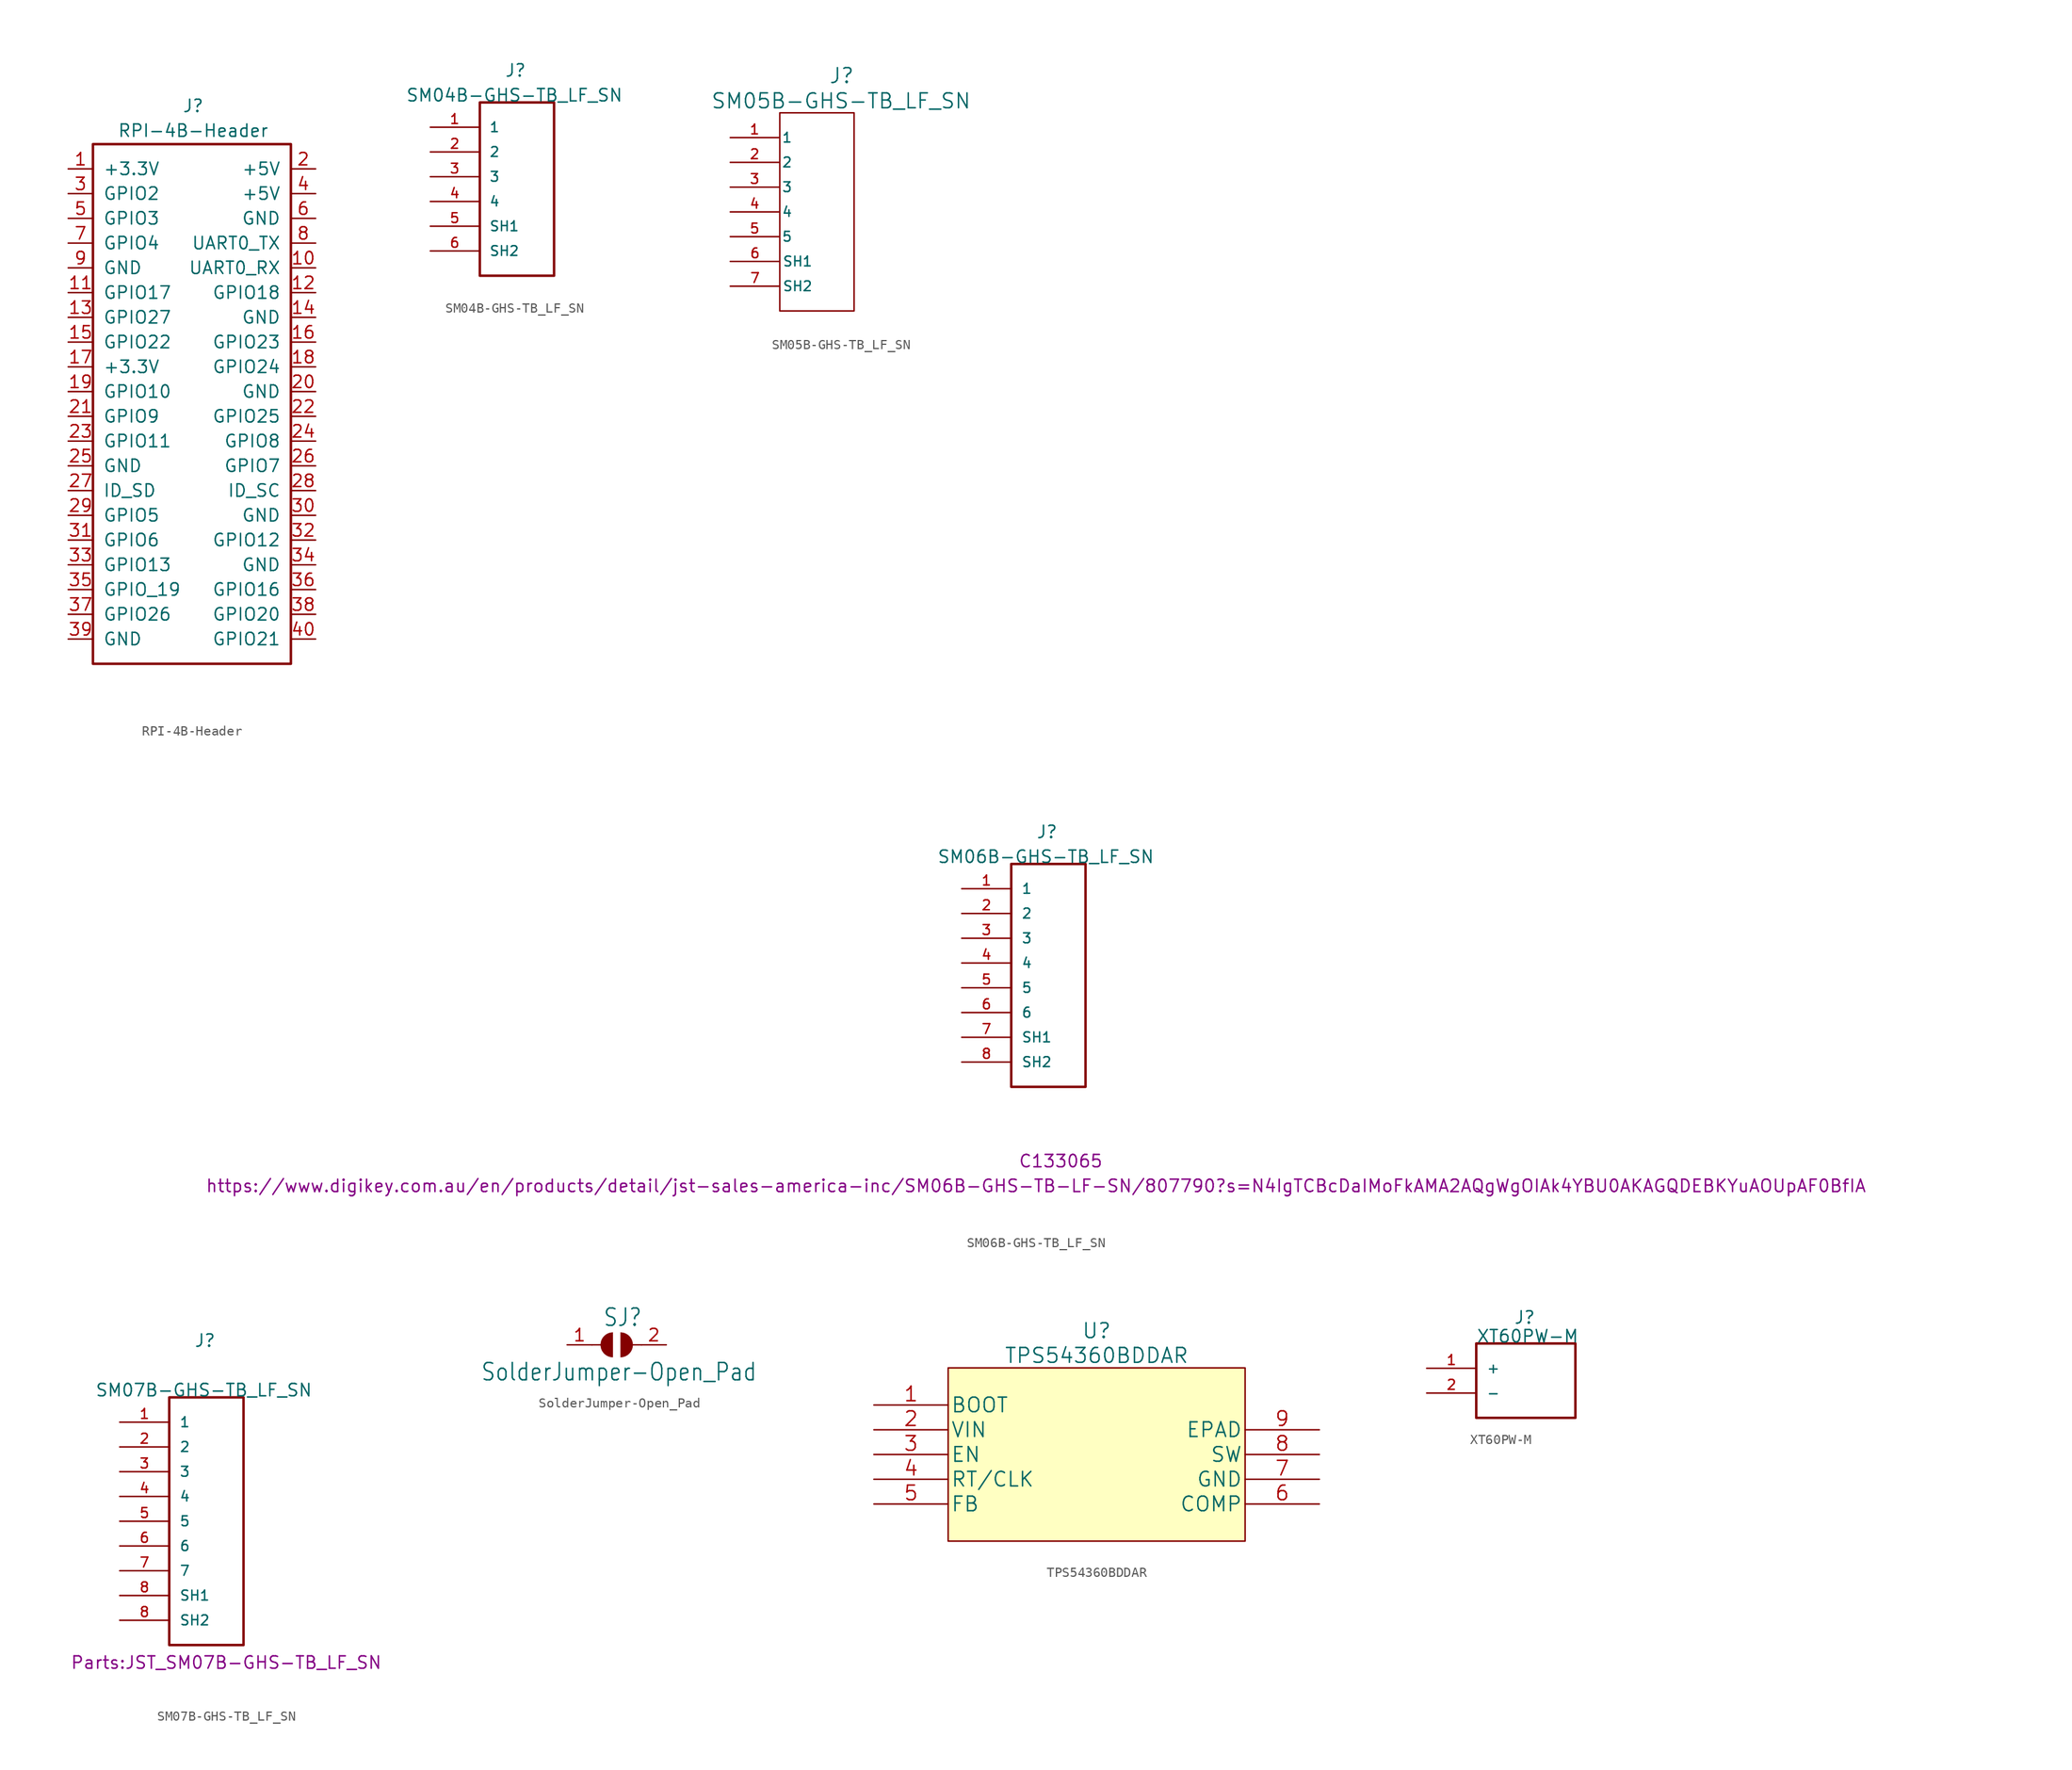
<source format=kicad_sym>
(kicad_symbol_lib
  (version 20211014)
  (generator kicad_symbol_editor)
  (symbol "RPI-4B-Header"
    (pin_names
      (offset 1.016))
    (property "Reference" "J"
      (at 0.132 29.323 0)
      (effects (font (size 1.27 1.27))))
    (property "Value" "RPI-4B-Header"
      (at 0.132 26.783 0)
      (effects (font (size 1.27 1.27))))
    (symbol "RPI-4B-Header_1_1"
      (rectangle (start -10.16 25.4) (end 10.16 -27.94) (stroke (width 0.254) (type default) (color 0 0 0 0)) (fill (type none)))
      (pin power_out line (at -12.7 22.86 0) (length 2.54) (name "+3.3V" (effects (font (size 1.27 1.27)))) (number "1" (effects (font (size 1.27 1.27)))))
      (pin passive line (at 12.7 12.7 180) (length 2.54) (name "UART0_RX" (effects (font (size 1.27 1.27)))) (number "10" (effects (font (size 1.27 1.27)))))
      (pin bidirectional line (at -12.7 10.16 0) (length 2.54) (name "GPIO17" (effects (font (size 1.27 1.27)))) (number "11" (effects (font (size 1.27 1.27)))))
      (pin bidirectional line (at 12.7 10.16 180) (length 2.54) (name "GPIO18" (effects (font (size 1.27 1.27)))) (number "12" (effects (font (size 1.27 1.27)))))
      (pin bidirectional line (at -12.7 7.62 0) (length 2.54) (name "GPIO27" (effects (font (size 1.27 1.27)))) (number "13" (effects (font (size 1.27 1.27)))))
      (pin power_in line (at 12.7 7.62 180) (length 2.54) (name "GND" (effects (font (size 1.27 1.27)))) (number "14" (effects (font (size 1.27 1.27)))))
      (pin bidirectional line (at -12.7 5.08 0) (length 2.54) (name "GPIO22" (effects (font (size 1.27 1.27)))) (number "15" (effects (font (size 1.27 1.27)))))
      (pin bidirectional line (at 12.7 5.08 180) (length 2.54) (name "GPIO23" (effects (font (size 1.27 1.27)))) (number "16" (effects (font (size 1.27 1.27)))))
      (pin power_out line (at -12.7 2.54 0) (length 2.54) (name "+3.3V" (effects (font (size 1.27 1.27)))) (number "17" (effects (font (size 1.27 1.27)))))
      (pin bidirectional line (at 12.7 2.54 180) (length 2.54) (name "GPIO24" (effects (font (size 1.27 1.27)))) (number "18" (effects (font (size 1.27 1.27)))))
      (pin bidirectional line (at -12.7 0 0) (length 2.54) (name "GPIO10" (effects (font (size 1.27 1.27)))) (number "19" (effects (font (size 1.27 1.27)))) (alternate "SPI0_MOSI" bidirectional line))
      (pin output line (at 12.7 22.86 180) (length 2.54) (name "+5V" (effects (font (size 1.27 1.27)))) (number "2" (effects (font (size 1.27 1.27)))))
      (pin power_in line (at 12.7 0 180) (length 2.54) (name "GND" (effects (font (size 1.27 1.27)))) (number "20" (effects (font (size 1.27 1.27)))))
      (pin bidirectional line (at -12.7 -2.54 0) (length 2.54) (name "GPIO9" (effects (font (size 1.27 1.27)))) (number "21" (effects (font (size 1.27 1.27)))) (alternate "SPI0_MISO" bidirectional line))
      (pin bidirectional line (at 12.7 -2.54 180) (length 2.54) (name "GPIO25" (effects (font (size 1.27 1.27)))) (number "22" (effects (font (size 1.27 1.27)))))
      (pin bidirectional line (at -12.7 -5.08 0) (length 2.54) (name "GPIO11" (effects (font (size 1.27 1.27)))) (number "23" (effects (font (size 1.27 1.27)))) (alternate "SPI0_SCLK" bidirectional line))
      (pin bidirectional line (at 12.7 -5.08 180) (length 2.54) (name "GPIO8" (effects (font (size 1.27 1.27)))) (number "24" (effects (font (size 1.27 1.27)))) (alternate "SPI0_CS0" passive line))
      (pin power_in line (at -12.7 -7.62 0) (length 2.54) (name "GND" (effects (font (size 1.27 1.27)))) (number "25" (effects (font (size 1.27 1.27)))))
      (pin bidirectional line (at 12.7 -7.62 180) (length 2.54) (name "GPIO7" (effects (font (size 1.27 1.27)))) (number "26" (effects (font (size 1.27 1.27)))) (alternate "SPIO_CS1" bidirectional line))
      (pin bidirectional line (at -12.7 -10.16 0) (length 2.54) (name "ID_SD" (effects (font (size 1.27 1.27)))) (number "27" (effects (font (size 1.27 1.27)))))
      (pin bidirectional line (at 12.7 -10.16 180) (length 2.54) (name "ID_SC" (effects (font (size 1.27 1.27)))) (number "28" (effects (font (size 1.27 1.27)))))
      (pin bidirectional line (at -12.7 -12.7 0) (length 2.54) (name "GPIO5" (effects (font (size 1.27 1.27)))) (number "29" (effects (font (size 1.27 1.27)))))
      (pin bidirectional line (at -12.7 20.32 0) (length 2.54) (name "GPIO2" (effects (font (size 1.27 1.27)))) (number "3" (effects (font (size 1.27 1.27)))) (alternate "I2C1_SDA" bidirectional line))
      (pin power_in line (at 12.7 -12.7 180) (length 2.54) (name "GND" (effects (font (size 1.27 1.27)))) (number "30" (effects (font (size 1.27 1.27)))))
      (pin bidirectional line (at -12.7 -15.24 0) (length 2.54) (name "GPIO6" (effects (font (size 1.27 1.27)))) (number "31" (effects (font (size 1.27 1.27)))))
      (pin bidirectional line (at 12.7 -15.24 180) (length 2.54) (name "GPIO12" (effects (font (size 1.27 1.27)))) (number "32" (effects (font (size 1.27 1.27)))))
      (pin bidirectional line (at -12.7 -17.78 0) (length 2.54) (name "GPIO13" (effects (font (size 1.27 1.27)))) (number "33" (effects (font (size 1.27 1.27)))))
      (pin power_in line (at 12.7 -17.78 180) (length 2.54) (name "GND" (effects (font (size 1.27 1.27)))) (number "34" (effects (font (size 1.27 1.27)))))
      (pin bidirectional line (at -12.7 -20.32 0) (length 2.54) (name "GPIO_19" (effects (font (size 1.27 1.27)))) (number "35" (effects (font (size 1.27 1.27)))) (alternate "SPI1_MISO" bidirectional line))
      (pin bidirectional line (at 12.7 -20.32 180) (length 2.54) (name "GPIO16" (effects (font (size 1.27 1.27)))) (number "36" (effects (font (size 1.27 1.27)))) (alternate "SPI1_CS0" bidirectional line))
      (pin bidirectional line (at -12.7 -22.86 0) (length 2.54) (name "GPIO26" (effects (font (size 1.27 1.27)))) (number "37" (effects (font (size 1.27 1.27)))))
      (pin bidirectional line (at 12.7 -22.86 180) (length 2.54) (name "GPIO20" (effects (font (size 1.27 1.27)))) (number "38" (effects (font (size 1.27 1.27)))) (alternate "SPI1_MOSI" bidirectional line))
      (pin power_in line (at -12.7 -25.4 0) (length 2.54) (name "GND" (effects (font (size 1.27 1.27)))) (number "39" (effects (font (size 1.27 1.27)))))
      (pin power_out line (at 12.7 20.32 180) (length 2.54) (name "+5V" (effects (font (size 1.27 1.27)))) (number "4" (effects (font (size 1.27 1.27)))))
      (pin bidirectional line (at 12.7 -25.4 180) (length 2.54) (name "GPIO21" (effects (font (size 1.27 1.27)))) (number "40" (effects (font (size 1.27 1.27)))) (alternate "SPI1_SCLK" bidirectional line))
      (pin bidirectional line (at -12.7 17.78 0) (length 2.54) (name "GPIO3" (effects (font (size 1.27 1.27)))) (number "5" (effects (font (size 1.27 1.27)))) (alternate "I2C1_SCL" bidirectional line))
      (pin power_in line (at 12.7 17.78 180) (length 2.54) (name "GND" (effects (font (size 1.27 1.27)))) (number "6" (effects (font (size 1.27 1.27)))))
      (pin bidirectional line (at -12.7 15.24 0) (length 2.54) (name "GPIO4" (effects (font (size 1.27 1.27)))) (number "7" (effects (font (size 1.27 1.27)))))
      (pin bidirectional line (at 12.7 15.24 180) (length 2.54) (name "UART0_TX" (effects (font (size 1.27 1.27)))) (number "8" (effects (font (size 1.27 1.27)))))
      (pin power_in line (at -12.7 12.7 0) (length 2.54) (name "GND" (effects (font (size 1.27 1.27)))) (number "9" (effects (font (size 1.27 1.27)))))))
  (symbol "SM04B-GHS-TB_LF_SN"
    (pin_names
      (offset 1.016))
    (property "Reference" "J"
      (at 0 10.16 0)
      (effects (font (size 1.27 1.27)) (justify left bottom)))
    (property "Value" "SM04B-GHS-TB_LF_SN"
      (at -10.16 7.62 0)
      (effects (font (size 1.27 1.27)) (justify left bottom)))
    (symbol "SM04B-GHS-TB_LF_SN_0_0"
      (rectangle (start -2.54 7.62) (end 5.08 -10.16) (stroke (width 0.254) (type default) (color 0 0 0 0)) (fill (type none)))
      (pin unspecified line (at -7.62 5.08 0) (length 5) (name "1" (effects (font (size 1 1)))) (number "1" (effects (font (size 1 1)))))
      (pin unspecified line (at -7.62 2.54 0) (length 5) (name "2" (effects (font (size 1 1)))) (number "2" (effects (font (size 1 1)))))
      (pin unspecified line (at -7.62 0 0) (length 5) (name "3" (effects (font (size 1 1)))) (number "3" (effects (font (size 1 1)))))
      (pin power_in line (at -7.62 -2.54 0) (length 5) (name "4" (effects (font (size 1 1)))) (number "4" (effects (font (size 1 1)))))
      (pin power_in line (at -7.62 -5.08 0) (length 5) (name "SH1" (effects (font (size 1 1)))) (number "5" (effects (font (size 1 1)))))
      (pin power_in line (at -7.62 -7.62 0) (length 5) (name "SH2" (effects (font (size 1 1)))) (number "6" (effects (font (size 1 1)))))))
  (symbol "SM05B-GHS-TB_LF_SN"
    (pin_names
      (offset 0.254))
    (property "Reference" "J"
      (at 1.27 11.43 0)
      (effects (font (size 1.524 1.524))))
    (property "Value" "SM05B-GHS-TB_LF_SN"
      (at 1.204 8.839 0)
      (effects (font (size 1.524 1.524))))
    (symbol "SM05B-GHS-TB_LF_SN_0_0"
      (pin power_in line (at -10.16 -7.62 0) (length 5.08) (name "SH1" (effects (font (size 1 1)))) (number "6" (effects (font (size 1 1)))))
      (pin power_in line (at -10.16 -10.16 0) (length 5.08) (name "SH2" (effects (font (size 1 1)))) (number "7" (effects (font (size 1 1))))))
    (symbol "SM05B-GHS-TB_LF_SN_0_1"
      (rectangle (start -5.08 7.62) (end 2.54 -12.7) (stroke (width 0) (type default) (color 0 0 0 0)) (fill (type none))))
    (symbol "SM05B-GHS-TB_LF_SN_1_0"
      (pin unspecified line (at -10.16 5.08 0) (length 5) (name "1" (effects (font (size 1 1)))) (number "1" (effects (font (size 1 1))))))
    (symbol "SM05B-GHS-TB_LF_SN_1_1"
      (pin unspecified line (at -10.16 2.54 0) (length 5) (name "2" (effects (font (size 1 1)))) (number "2" (effects (font (size 1 1)))))
      (pin unspecified line (at -10.16 0 0) (length 5) (name "3" (effects (font (size 1 1)))) (number "3" (effects (font (size 1 1)))))
      (pin unspecified line (at -10.16 -2.54 0) (length 5) (name "4" (effects (font (size 1 1)))) (number "4" (effects (font (size 1 1)))))
      (pin unspecified line (at -10.16 -5.08 0) (length 5) (name "5" (effects (font (size 1 1)))) (number "5" (effects (font (size 1 1)))))))
  (symbol "SM06B-GHS-TB_LF_SN"
    (pin_names
      (offset 1.016))
    (property "Reference" "J"
      (at -2.54 10.16 0)
      (effects (font (size 1.27 1.27)) (justify left bottom)))
    (property "Value" "SM06B-GHS-TB_LF_SN"
      (at -12.7 7.62 0)
      (effects (font (size 1.27 1.27)) (justify left bottom)))
    (property "JLCPCB" "C133065"
      (at 0 -22.86 0)
      (effects (font (size 1.27 1.27))))
    (property "Digikey" "https://www.digikey.com.au/en/products/detail/jst-sales-america-inc/SM06B-GHS-TB-LF-SN/807790?s=N4IgTCBcDaIMoFkAMA2AQgWgOIAk4YBU0AKAGQDEBKYuAOUpAF0BfIA"
      (at -2.54 -25.4 0)
      (effects (font (size 1.27 1.27))))
    (symbol "SM06B-GHS-TB_LF_SN_0_0"
      (rectangle (start -5.08 7.62) (end 2.54 -15.24) (stroke (width 0.254) (type default) (color 0 0 0 0)) (fill (type none)))
      (pin passive line (at -10.16 5.08 0) (length 5.08) (name "1" (effects (font (size 1.016 1.016)))) (number "1" (effects (font (size 1.016 1.016)))))
      (pin passive line (at -10.16 2.54 0) (length 5.08) (name "2" (effects (font (size 1.016 1.016)))) (number "2" (effects (font (size 1.016 1.016)))))
      (pin passive line (at -10.16 0 0) (length 5.08) (name "3" (effects (font (size 1.016 1.016)))) (number "3" (effects (font (size 1.016 1.016)))))
      (pin passive line (at -10.16 -2.54 0) (length 5.08) (name "4" (effects (font (size 1.016 1.016)))) (number "4" (effects (font (size 1.016 1.016)))))
      (pin passive line (at -10.16 -5.08 0) (length 5.08) (name "5" (effects (font (size 1.016 1.016)))) (number "5" (effects (font (size 1.016 1.016)))))
      (pin passive line (at -10.16 -7.62 0) (length 5.08) (name "6" (effects (font (size 1.016 1.016)))) (number "6" (effects (font (size 1.016 1.016)))))
      (pin passive line (at -10.16 -10.16 0) (length 5.08) (name "SH1" (effects (font (size 1.016 1.016)))) (number "7" (effects (font (size 1.016 1.016)))))
      (pin passive line (at -10.16 -12.7 0) (length 5.08) (name "SH2" (effects (font (size 1.016 1.016)))) (number "8" (effects (font (size 1.016 1.016)))))))
  (symbol "SM07B-GHS-TB_LF_SN"
    (pin_names
      (offset 1.016))
    (property "Reference" "J"
      (at -2.54 17.78 0)
      (effects (font (size 1.27 1.27)) (justify left bottom)))
    (property "Value" "SM07B-GHS-TB_LF_SN"
      (at -12.7 12.7 0)
      (effects (font (size 1.27 1.27)) (justify left bottom)))
    (property "Footprint" "Parts:JST_SM07B-GHS-TB_LF_SN"
      (at -15.24 -15.24 0)
      (effects (font (size 1.27 1.27)) (justify left bottom)))
    (symbol "SM07B-GHS-TB_LF_SN_0_0"
      (rectangle (start -5.08 12.7) (end 2.54 -12.7) (stroke (width 0.254) (type default) (color 0 0 0 0)) (fill (type none)))
      (pin passive line (at -10.16 10.16 0) (length 5.08) (name "1" (effects (font (size 1.016 1.016)))) (number "1" (effects (font (size 1.016 1.016)))))
      (pin passive line (at -10.16 7.62 0) (length 5.08) (name "2" (effects (font (size 1.016 1.016)))) (number "2" (effects (font (size 1.016 1.016)))))
      (pin passive line (at -10.16 5.08 0) (length 5.08) (name "3" (effects (font (size 1.016 1.016)))) (number "3" (effects (font (size 1.016 1.016)))))
      (pin passive line (at -10.16 2.54 0) (length 5.08) (name "4" (effects (font (size 1.016 1.016)))) (number "4" (effects (font (size 1.016 1.016)))))
      (pin passive line (at -10.16 0 0) (length 5.08) (name "5" (effects (font (size 1.016 1.016)))) (number "5" (effects (font (size 1.016 1.016)))))
      (pin passive line (at -10.16 -2.54 0) (length 5.08) (name "6" (effects (font (size 1.016 1.016)))) (number "6" (effects (font (size 1.016 1.016)))))
      (pin passive line (at -10.16 -5.08 0) (length 5.08) (name "7" (effects (font (size 1.016 1.016)))) (number "7" (effects (font (size 1.016 1.016)))))
      (pin power_in line (at -10.16 -7.62 0) (length 5.08) (name "SH1" (effects (font (size 1.016 1.016)))) (number "8" (effects (font (size 1.016 1.016)))))
      (pin power_in line (at -10.16 -10.16 0) (length 5.08) (name "SH2" (effects (font (size 1.016 1.016)))) (number "8" (effects (font (size 1.016 1.016)))))))
  (symbol "SolderJumper-Open_Pad"
    (property "Reference" "SJ"
      (at -1.43 1.775 0)
      (effects (font (size 1.778 1.511)) (justify left bottom)))
    (property "Value" "SolderJumper-Open_Pad"
      (at -13.97 -3.81 0)
      (effects (font (size 1.778 1.511)) (justify left bottom)))
    (symbol "SolderJumper-Open_Pad_1_0"
      (arc (start -0.381 1.2699) (mid -1.6508 0) (end -0.381 -1.2699) (stroke (width 0.0001) (type default) (color 0 0 0 0)) (fill (type outline)))
      (polyline (pts (xy -2.54 0) (xy -1.651 0)) (stroke (width 0.152) (type default) (color 0 0 0 0)) (fill (type none)))
      (polyline (pts (xy 2.54 0) (xy 1.651 0)) (stroke (width 0.152) (type default) (color 0 0 0 0)) (fill (type none)))
      (arc (start 0.381 -1.2699) (mid 1.6508 0) (end 0.381 1.2699) (stroke (width 0.0001) (type default) (color 0 0 0 0)) (fill (type outline)))
      (pin passive line (at -5.08 0 0) (length 2.54) (name "1" (effects (font (size 0 0)))) (number "1" (effects (font (size 1.27 1.27)))))
      (pin passive line (at 5.08 0 180) (length 2.54) (name "2" (effects (font (size 0 0)))) (number "2" (effects (font (size 1.27 1.27)))))))
  (symbol "TPS54360BDDAR"
    (pin_names
      (offset 0.254))
    (property "Reference" "U"
      (at 0 11.43 0)
      (effects (font (size 1.524 1.524))))
    (property "Value" "TPS54360BDDAR"
      (at 0 8.89 0)
      (effects (font (size 1.524 1.524))))
    (symbol "TPS54360BDDAR_0_1"
      (rectangle (start -15.24 7.62) (end 15.24 -10.16) (stroke (width 0) (type default) (color 0 0 0 0)) (fill (type background))))
    (symbol "TPS54360BDDAR_1_1"
      (pin output line (at -22.86 3.81 0) (length 7.62) (name "BOOT" (effects (font (size 1.499 1.499)))) (number "1" (effects (font (size 1.499 1.499)))))
      (pin power_in line (at -22.86 1.27 0) (length 7.62) (name "VIN" (effects (font (size 1.499 1.499)))) (number "2" (effects (font (size 1.499 1.499)))))
      (pin input line (at -22.86 -1.27 0) (length 7.62) (name "EN" (effects (font (size 1.499 1.499)))) (number "3" (effects (font (size 1.499 1.499)))))
      (pin input line (at -22.86 -3.81 0) (length 7.62) (name "RT/CLK" (effects (font (size 1.499 1.499)))) (number "4" (effects (font (size 1.499 1.499)))))
      (pin input line (at -22.86 -6.35 0) (length 7.62) (name "FB" (effects (font (size 1.499 1.499)))) (number "5" (effects (font (size 1.499 1.499)))))
      (pin output line (at 22.86 -6.35 180) (length 7.62) (name "COMP" (effects (font (size 1.499 1.499)))) (number "6" (effects (font (size 1.499 1.499)))))
      (pin power_in line (at 22.86 -3.81 180) (length 7.62) (name "GND" (effects (font (size 1.499 1.499)))) (number "7" (effects (font (size 1.499 1.499)))))
      (pin input line (at 22.86 -1.27 180) (length 7.62) (name "SW" (effects (font (size 1.499 1.499)))) (number "8" (effects (font (size 1.499 1.499)))))
      (pin power_in line (at 22.86 1.27 180) (length 7.62) (name "EPAD" (effects (font (size 1.499 1.499)))) (number "9" (effects (font (size 1.499 1.499)))))))
  (symbol "XT60PW-M"
    (pin_names
      (offset 1.016))
    (property "Reference" "J"
      (at -1.243 7.002 0)
      (effects (font (size 1.27 1.27)) (justify left bottom)))
    (property "Value" "XT60PW-M"
      (at -5.08 5.08 0)
      (effects (font (size 1.27 1.27)) (justify left bottom)))
    (symbol "XT60PW-M_0_0"
      (rectangle (start -5.08 -2.54) (end 5.08 5.08) (stroke (width 0.254) (type default) (color 0 0 0 0)) (fill (type none)))
      (pin passive line (at -10.16 2.54 0) (length 5.08) (name "+" (effects (font (size 1.016 1.016)))) (number "1" (effects (font (size 1.016 1.016)))))
      (pin passive line (at -10.16 0 0) (length 5.08) (name "-" (effects (font (size 1.016 1.016)))) (number "2" (effects (font (size 1.016 1.016))))))))
</source>
